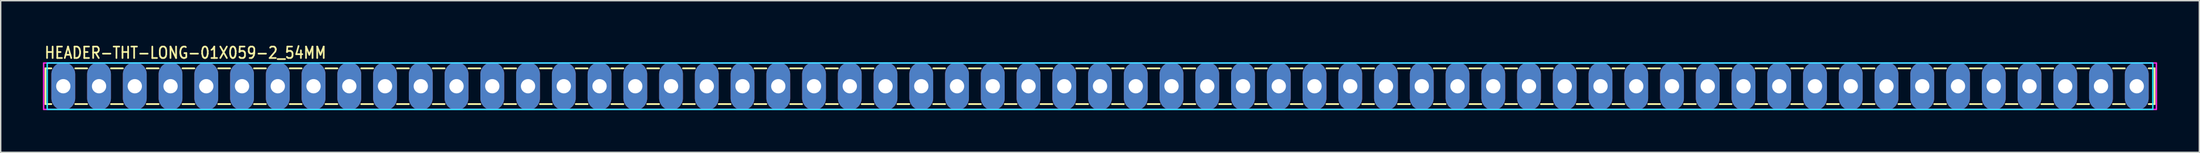
<source format=kicad_pcb>
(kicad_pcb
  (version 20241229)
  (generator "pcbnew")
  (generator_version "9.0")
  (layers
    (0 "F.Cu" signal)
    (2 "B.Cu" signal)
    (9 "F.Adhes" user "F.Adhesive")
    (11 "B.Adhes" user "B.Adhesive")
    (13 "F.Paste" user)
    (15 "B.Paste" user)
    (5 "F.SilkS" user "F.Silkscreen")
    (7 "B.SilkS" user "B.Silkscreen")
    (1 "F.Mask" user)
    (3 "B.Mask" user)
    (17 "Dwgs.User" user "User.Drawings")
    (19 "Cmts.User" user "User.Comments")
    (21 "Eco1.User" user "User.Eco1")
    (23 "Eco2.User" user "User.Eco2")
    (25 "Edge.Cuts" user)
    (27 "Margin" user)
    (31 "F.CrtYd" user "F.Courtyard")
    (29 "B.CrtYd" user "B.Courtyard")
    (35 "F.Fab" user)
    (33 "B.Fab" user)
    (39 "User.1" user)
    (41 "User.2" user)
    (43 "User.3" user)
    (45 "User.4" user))
  (footprint "HEADER-THT-LONG-01X059-2_54MM"
    (layer "F.Cu")
    (at 1.447 3.079)
    (property "Reference" "HEADER-THT-LONG-01X059-2_54MM" (at -1.4 -1.9 0) (unlocked yes) (layer "F.SilkS") (effects (font (size 0.813 0.695) (thickness 0.122)) (justify left bottom)))
    (fp_line (start -1.27 -1.27) (end -1.27 1.27) (stroke (width 0.127) (type solid)) (layer "F.SilkS"))
    (fp_line (start -1.27 1.27) (end -0.85 1.27) (stroke (width 0.127) (type solid)) (layer "F.SilkS"))
    (fp_line (start -0.85 -1.27) (end -1.27 -1.27) (stroke (width 0.127) (type solid)) (layer "F.SilkS"))
    (fp_line (start 0.85 -1.27) (end 1.69 -1.27) (stroke (width 0.127) (type solid)) (layer "F.SilkS"))
    (fp_line (start 0.85 1.27) (end 1.69 1.27) (stroke (width 0.127) (type solid)) (layer "F.SilkS"))
    (fp_line (start 3.39 -1.27) (end 4.23 -1.27) (stroke (width 0.127) (type solid)) (layer "F.SilkS"))
    (fp_line (start 3.39 1.27) (end 4.23 1.27) (stroke (width 0.127) (type solid)) (layer "F.SilkS"))
    (fp_line (start 5.93 -1.27) (end 6.77 -1.27) (stroke (width 0.127) (type solid)) (layer "F.SilkS"))
    (fp_line (start 5.93 1.27) (end 6.77 1.27) (stroke (width 0.127) (type solid)) (layer "F.SilkS"))
    (fp_line (start 8.47 -1.27) (end 9.31 -1.27) (stroke (width 0.127) (type solid)) (layer "F.SilkS"))
    (fp_line (start 8.47 1.27) (end 9.31 1.27) (stroke (width 0.127) (type solid)) (layer "F.SilkS"))
    (fp_line (start 11.01 -1.27) (end 11.85 -1.27) (stroke (width 0.127) (type solid)) (layer "F.SilkS"))
    (fp_line (start 11.01 1.27) (end 11.85 1.27) (stroke (width 0.127) (type solid)) (layer "F.SilkS"))
    (fp_line (start 13.55 -1.27) (end 14.39 -1.27) (stroke (width 0.127) (type solid)) (layer "F.SilkS"))
    (fp_line (start 13.55 1.27) (end 14.39 1.27) (stroke (width 0.127) (type solid)) (layer "F.SilkS"))
    (fp_line (start 16.09 -1.27) (end 16.93 -1.27) (stroke (width 0.127) (type solid)) (layer "F.SilkS"))
    (fp_line (start 16.09 1.27) (end 16.93 1.27) (stroke (width 0.127) (type solid)) (layer "F.SilkS"))
    (fp_line (start 18.63 -1.27) (end 19.47 -1.27) (stroke (width 0.127) (type solid)) (layer "F.SilkS"))
    (fp_line (start 18.63 1.27) (end 19.47 1.27) (stroke (width 0.127) (type solid)) (layer "F.SilkS"))
    (fp_line (start 21.17 -1.27) (end 22.01 -1.27) (stroke (width 0.127) (type solid)) (layer "F.SilkS"))
    (fp_line (start 21.17 1.27) (end 22.01 1.27) (stroke (width 0.127) (type solid)) (layer "F.SilkS"))
    (fp_line (start 23.71 -1.27) (end 24.55 -1.27) (stroke (width 0.127) (type solid)) (layer "F.SilkS"))
    (fp_line (start 23.71 1.27) (end 24.55 1.27) (stroke (width 0.127) (type solid)) (layer "F.SilkS"))
    (fp_line (start 26.25 -1.27) (end 27.09 -1.27) (stroke (width 0.127) (type solid)) (layer "F.SilkS"))
    (fp_line (start 26.25 1.27) (end 27.09 1.27) (stroke (width 0.127) (type solid)) (layer "F.SilkS"))
    (fp_line (start 28.79 -1.27) (end 29.63 -1.27) (stroke (width 0.127) (type solid)) (layer "F.SilkS"))
    (fp_line (start 28.79 1.27) (end 29.63 1.27) (stroke (width 0.127) (type solid)) (layer "F.SilkS"))
    (fp_line (start 31.33 -1.27) (end 32.17 -1.27) (stroke (width 0.127) (type solid)) (layer "F.SilkS"))
    (fp_line (start 31.33 1.27) (end 32.17 1.27) (stroke (width 0.127) (type solid)) (layer "F.SilkS"))
    (fp_line (start 33.87 -1.27) (end 34.71 -1.27) (stroke (width 0.127) (type solid)) (layer "F.SilkS"))
    (fp_line (start 33.87 1.27) (end 34.71 1.27) (stroke (width 0.127) (type solid)) (layer "F.SilkS"))
    (fp_line (start 36.41 -1.27) (end 37.25 -1.27) (stroke (width 0.127) (type solid)) (layer "F.SilkS"))
    (fp_line (start 36.41 1.27) (end 37.25 1.27) (stroke (width 0.127) (type solid)) (layer "F.SilkS"))
    (fp_line (start 38.95 -1.27) (end 39.79 -1.27) (stroke (width 0.127) (type solid)) (layer "F.SilkS"))
    (fp_line (start 38.95 1.27) (end 39.79 1.27) (stroke (width 0.127) (type solid)) (layer "F.SilkS"))
    (fp_line (start 41.49 -1.27) (end 42.33 -1.27) (stroke (width 0.127) (type solid)) (layer "F.SilkS"))
    (fp_line (start 41.49 1.27) (end 42.33 1.27) (stroke (width 0.127) (type solid)) (layer "F.SilkS"))
    (fp_line (start 44.03 -1.27) (end 44.87 -1.27) (stroke (width 0.127) (type solid)) (layer "F.SilkS"))
    (fp_line (start 44.03 1.27) (end 44.87 1.27) (stroke (width 0.127) (type solid)) (layer "F.SilkS"))
    (fp_line (start 46.57 -1.27) (end 47.41 -1.27) (stroke (width 0.127) (type solid)) (layer "F.SilkS"))
    (fp_line (start 46.57 1.27) (end 47.41 1.27) (stroke (width 0.127) (type solid)) (layer "F.SilkS"))
    (fp_line (start 49.11 -1.27) (end 49.95 -1.27) (stroke (width 0.127) (type solid)) (layer "F.SilkS"))
    (fp_line (start 49.11 1.27) (end 49.95 1.27) (stroke (width 0.127) (type solid)) (layer "F.SilkS"))
    (fp_line (start 51.65 -1.27) (end 52.49 -1.27) (stroke (width 0.127) (type solid)) (layer "F.SilkS"))
    (fp_line (start 51.65 1.27) (end 52.49 1.27) (stroke (width 0.127) (type solid)) (layer "F.SilkS"))
    (fp_line (start 54.19 -1.27) (end 55.03 -1.27) (stroke (width 0.127) (type solid)) (layer "F.SilkS"))
    (fp_line (start 54.19 1.27) (end 55.03 1.27) (stroke (width 0.127) (type solid)) (layer "F.SilkS"))
    (fp_line (start 56.73 -1.27) (end 57.57 -1.27) (stroke (width 0.127) (type solid)) (layer "F.SilkS"))
    (fp_line (start 56.73 1.27) (end 57.57 1.27) (stroke (width 0.127) (type solid)) (layer "F.SilkS"))
    (fp_line (start 59.27 -1.27) (end 60.11 -1.27) (stroke (width 0.127) (type solid)) (layer "F.SilkS"))
    (fp_line (start 59.27 1.27) (end 60.11 1.27) (stroke (width 0.127) (type solid)) (layer "F.SilkS"))
    (fp_line (start 61.81 -1.27) (end 62.65 -1.27) (stroke (width 0.127) (type solid)) (layer "F.SilkS"))
    (fp_line (start 61.81 1.27) (end 62.65 1.27) (stroke (width 0.127) (type solid)) (layer "F.SilkS"))
    (fp_line (start 64.35 -1.27) (end 65.19 -1.27) (stroke (width 0.127) (type solid)) (layer "F.SilkS"))
    (fp_line (start 64.35 1.27) (end 65.19 1.27) (stroke (width 0.127) (type solid)) (layer "F.SilkS"))
    (fp_line (start 66.89 -1.27) (end 67.73 -1.27) (stroke (width 0.127) (type solid)) (layer "F.SilkS"))
    (fp_line (start 66.89 1.27) (end 67.73 1.27) (stroke (width 0.127) (type solid)) (layer "F.SilkS"))
    (fp_line (start 69.43 -1.27) (end 70.27 -1.27) (stroke (width 0.127) (type solid)) (layer "F.SilkS"))
    (fp_line (start 69.43 1.27) (end 70.27 1.27) (stroke (width 0.127) (type solid)) (layer "F.SilkS"))
    (fp_line (start 71.97 -1.27) (end 72.81 -1.27) (stroke (width 0.127) (type solid)) (layer "F.SilkS"))
    (fp_line (start 71.97 1.27) (end 72.81 1.27) (stroke (width 0.127) (type solid)) (layer "F.SilkS"))
    (fp_line (start 74.51 -1.27) (end 75.35 -1.27) (stroke (width 0.127) (type solid)) (layer "F.SilkS"))
    (fp_line (start 74.51 1.27) (end 75.35 1.27) (stroke (width 0.127) (type solid)) (layer "F.SilkS"))
    (fp_line (start 77.05 -1.27) (end 77.89 -1.27) (stroke (width 0.127) (type solid)) (layer "F.SilkS"))
    (fp_line (start 77.05 1.27) (end 77.89 1.27) (stroke (width 0.127) (type solid)) (layer "F.SilkS"))
    (fp_line (start 79.59 -1.27) (end 80.43 -1.27) (stroke (width 0.127) (type solid)) (layer "F.SilkS"))
    (fp_line (start 79.59 1.27) (end 80.43 1.27) (stroke (width 0.127) (type solid)) (layer "F.SilkS"))
    (fp_line (start 82.13 -1.27) (end 82.97 -1.27) (stroke (width 0.127) (type solid)) (layer "F.SilkS"))
    (fp_line (start 82.13 1.27) (end 82.97 1.27) (stroke (width 0.127) (type solid)) (layer "F.SilkS"))
    (fp_line (start 84.67 -1.27) (end 85.51 -1.27) (stroke (width 0.127) (type solid)) (layer "F.SilkS"))
    (fp_line (start 84.67 1.27) (end 85.51 1.27) (stroke (width 0.127) (type solid)) (layer "F.SilkS"))
    (fp_line (start 87.21 -1.27) (end 88.05 -1.27) (stroke (width 0.127) (type solid)) (layer "F.SilkS"))
    (fp_line (start 87.21 1.27) (end 88.05 1.27) (stroke (width 0.127) (type solid)) (layer "F.SilkS"))
    (fp_line (start 89.75 -1.27) (end 90.59 -1.27) (stroke (width 0.127) (type solid)) (layer "F.SilkS"))
    (fp_line (start 89.75 1.27) (end 90.59 1.27) (stroke (width 0.127) (type solid)) (layer "F.SilkS"))
    (fp_line (start 92.29 -1.27) (end 93.13 -1.27) (stroke (width 0.127) (type solid)) (layer "F.SilkS"))
    (fp_line (start 92.29 1.27) (end 93.13 1.27) (stroke (width 0.127) (type solid)) (layer "F.SilkS"))
    (fp_line (start 94.83 -1.27) (end 95.67 -1.27) (stroke (width 0.127) (type solid)) (layer "F.SilkS"))
    (fp_line (start 94.83 1.27) (end 95.67 1.27) (stroke (width 0.127) (type solid)) (layer "F.SilkS"))
    (fp_line (start 97.37 -1.27) (end 98.21 -1.27) (stroke (width 0.127) (type solid)) (layer "F.SilkS"))
    (fp_line (start 97.37 1.27) (end 98.21 1.27) (stroke (width 0.127) (type solid)) (layer "F.SilkS"))
    (fp_line (start 99.91 -1.27) (end 100.75 -1.27) (stroke (width 0.127) (type solid)) (layer "F.SilkS"))
    (fp_line (start 99.91 1.27) (end 100.75 1.27) (stroke (width 0.127) (type solid)) (layer "F.SilkS"))
    (fp_line (start 102.45 -1.27) (end 103.29 -1.27) (stroke (width 0.127) (type solid)) (layer "F.SilkS"))
    (fp_line (start 102.45 1.27) (end 103.29 1.27) (stroke (width 0.127) (type solid)) (layer "F.SilkS"))
    (fp_line (start 104.99 -1.27) (end 105.83 -1.27) (stroke (width 0.127) (type solid)) (layer "F.SilkS"))
    (fp_line (start 104.99 1.27) (end 105.83 1.27) (stroke (width 0.127) (type solid)) (layer "F.SilkS"))
    (fp_line (start 107.53 -1.27) (end 108.37 -1.27) (stroke (width 0.127) (type solid)) (layer "F.SilkS"))
    (fp_line (start 107.53 1.27) (end 108.37 1.27) (stroke (width 0.127) (type solid)) (layer "F.SilkS"))
    (fp_line (start 110.07 -1.27) (end 110.91 -1.27) (stroke (width 0.127) (type solid)) (layer "F.SilkS"))
    (fp_line (start 110.07 1.27) (end 110.91 1.27) (stroke (width 0.127) (type solid)) (layer "F.SilkS"))
    (fp_line (start 112.61 -1.27) (end 113.45 -1.27) (stroke (width 0.127) (type solid)) (layer "F.SilkS"))
    (fp_line (start 112.61 1.27) (end 113.45 1.27) (stroke (width 0.127) (type solid)) (layer "F.SilkS"))
    (fp_line (start 115.15 -1.27) (end 115.99 -1.27) (stroke (width 0.127) (type solid)) (layer "F.SilkS"))
    (fp_line (start 115.15 1.27) (end 115.99 1.27) (stroke (width 0.127) (type solid)) (layer "F.SilkS"))
    (fp_line (start 117.69 -1.27) (end 118.53 -1.27) (stroke (width 0.127) (type solid)) (layer "F.SilkS"))
    (fp_line (start 117.69 1.27) (end 118.53 1.27) (stroke (width 0.127) (type solid)) (layer "F.SilkS"))
    (fp_line (start 120.23 -1.27) (end 121.07 -1.27) (stroke (width 0.127) (type solid)) (layer "F.SilkS"))
    (fp_line (start 120.23 1.27) (end 121.07 1.27) (stroke (width 0.127) (type solid)) (layer "F.SilkS"))
    (fp_line (start 122.77 -1.27) (end 123.61 -1.27) (stroke (width 0.127) (type solid)) (layer "F.SilkS"))
    (fp_line (start 122.77 1.27) (end 123.61 1.27) (stroke (width 0.127) (type solid)) (layer "F.SilkS"))
    (fp_line (start 125.31 -1.27) (end 126.15 -1.27) (stroke (width 0.127) (type solid)) (layer "F.SilkS"))
    (fp_line (start 125.31 1.27) (end 126.15 1.27) (stroke (width 0.127) (type solid)) (layer "F.SilkS"))
    (fp_line (start 127.85 -1.27) (end 128.69 -1.27) (stroke (width 0.127) (type solid)) (layer "F.SilkS"))
    (fp_line (start 127.85 1.27) (end 128.69 1.27) (stroke (width 0.127) (type solid)) (layer "F.SilkS"))
    (fp_line (start 130.39 -1.27) (end 131.23 -1.27) (stroke (width 0.127) (type solid)) (layer "F.SilkS"))
    (fp_line (start 130.39 1.27) (end 131.23 1.27) (stroke (width 0.127) (type solid)) (layer "F.SilkS"))
    (fp_line (start 132.93 -1.27) (end 133.77 -1.27) (stroke (width 0.127) (type solid)) (layer "F.SilkS"))
    (fp_line (start 132.93 1.27) (end 133.77 1.27) (stroke (width 0.127) (type solid)) (layer "F.SilkS"))
    (fp_line (start 135.47 -1.27) (end 136.31 -1.27) (stroke (width 0.127) (type solid)) (layer "F.SilkS"))
    (fp_line (start 135.47 1.27) (end 136.31 1.27) (stroke (width 0.127) (type solid)) (layer "F.SilkS"))
    (fp_line (start 138.01 -1.27) (end 138.85 -1.27) (stroke (width 0.127) (type solid)) (layer "F.SilkS"))
    (fp_line (start 138.01 1.27) (end 138.85 1.27) (stroke (width 0.127) (type solid)) (layer "F.SilkS"))
    (fp_line (start 140.55 -1.27) (end 141.39 -1.27) (stroke (width 0.127) (type solid)) (layer "F.SilkS"))
    (fp_line (start 140.55 1.27) (end 141.39 1.27) (stroke (width 0.127) (type solid)) (layer "F.SilkS"))
    (fp_line (start 143.09 -1.27) (end 143.93 -1.27) (stroke (width 0.127) (type solid)) (layer "F.SilkS"))
    (fp_line (start 143.09 1.27) (end 143.93 1.27) (stroke (width 0.127) (type solid)) (layer "F.SilkS"))
    (fp_line (start 145.63 -1.27) (end 146.47 -1.27) (stroke (width 0.127) (type solid)) (layer "F.SilkS"))
    (fp_line (start 145.63 1.27) (end 146.47 1.27) (stroke (width 0.127) (type solid)) (layer "F.SilkS"))
    (fp_line (start 148.17 -1.27) (end 148.59 -1.27) (stroke (width 0.127) (type solid)) (layer "F.SilkS"))
    (fp_line (start 148.59 -1.27) (end 148.59 1.27) (stroke (width 0.127) (type solid)) (layer "F.SilkS"))
    (fp_line (start 148.59 1.27) (end 148.17 1.27) (stroke (width 0.127) (type solid)) (layer "F.SilkS"))
    (fp_poly (pts (xy -1.143 -1.651) (xy 148.463 -1.651) (xy 148.463 1.651) (xy -1.143 1.651)) (stroke (width 0.1) (type solid)) (fill no) (layer "B.CrtYd"))
    (fp_poly (pts (xy -1.397 -1.651) (xy 148.717 -1.651) (xy 148.717 1.651) (xy -1.397 1.651)) (stroke (width 0.1) (type solid)) (fill no) (layer "F.CrtYd"))
    (pad "P$1" thru_hole oval (at 0 0 90) (size 3.387 1.693) (drill 1.016) (layers "*.Cu" "*.Mask"))
    (pad "P$2" thru_hole oval (at 2.54 0 90) (size 3.387 1.693) (drill 1.016) (layers "*.Cu" "*.Mask"))
    (pad "P$3" thru_hole oval (at 5.08 0 90) (size 3.387 1.693) (drill 1.016) (layers "*.Cu" "*.Mask"))
    (pad "P$4" thru_hole oval (at 7.62 0 90) (size 3.387 1.693) (drill 1.016) (layers "*.Cu" "*.Mask"))
    (pad "P$5" thru_hole oval (at 10.16 0 90) (size 3.387 1.693) (drill 1.016) (layers "*.Cu" "*.Mask"))
    (pad "P$6" thru_hole oval (at 12.7 0 90) (size 3.387 1.693) (drill 1.016) (layers "*.Cu" "*.Mask"))
    (pad "P$7" thru_hole oval (at 15.24 0 90) (size 3.387 1.693) (drill 1.016) (layers "*.Cu" "*.Mask"))
    (pad "P$8" thru_hole oval (at 17.78 0 90) (size 3.387 1.693) (drill 1.016) (layers "*.Cu" "*.Mask"))
    (pad "P$9" thru_hole oval (at 20.32 0 90) (size 3.387 1.693) (drill 1.016) (layers "*.Cu" "*.Mask"))
    (pad "P$10" thru_hole oval (at 22.86 0 90) (size 3.387 1.693) (drill 1.016) (layers "*.Cu" "*.Mask"))
    (pad "P$11" thru_hole oval (at 25.4 0 90) (size 3.387 1.693) (drill 1.016) (layers "*.Cu" "*.Mask"))
    (pad "P$12" thru_hole oval (at 27.94 0 90) (size 3.387 1.693) (drill 1.016) (layers "*.Cu" "*.Mask"))
    (pad "P$13" thru_hole oval (at 30.48 0 90) (size 3.387 1.693) (drill 1.016) (layers "*.Cu" "*.Mask"))
    (pad "P$14" thru_hole oval (at 33.02 0 90) (size 3.387 1.693) (drill 1.016) (layers "*.Cu" "*.Mask"))
    (pad "P$15" thru_hole oval (at 35.56 0 90) (size 3.387 1.693) (drill 1.016) (layers "*.Cu" "*.Mask"))
    (pad "P$16" thru_hole oval (at 38.1 0 90) (size 3.387 1.693) (drill 1.016) (layers "*.Cu" "*.Mask"))
    (pad "P$17" thru_hole oval (at 40.64 0 90) (size 3.387 1.693) (drill 1.016) (layers "*.Cu" "*.Mask"))
    (pad "P$18" thru_hole oval (at 43.18 0 90) (size 3.387 1.693) (drill 1.016) (layers "*.Cu" "*.Mask"))
    (pad "P$19" thru_hole oval (at 45.72 0 90) (size 3.387 1.693) (drill 1.016) (layers "*.Cu" "*.Mask"))
    (pad "P$20" thru_hole oval (at 48.26 0 90) (size 3.387 1.693) (drill 1.016) (layers "*.Cu" "*.Mask"))
    (pad "P$21" thru_hole oval (at 50.8 0 90) (size 3.387 1.693) (drill 1.016) (layers "*.Cu" "*.Mask"))
    (pad "P$22" thru_hole oval (at 53.34 0 90) (size 3.387 1.693) (drill 1.016) (layers "*.Cu" "*.Mask"))
    (pad "P$23" thru_hole oval (at 55.88 0 90) (size 3.387 1.693) (drill 1.016) (layers "*.Cu" "*.Mask"))
    (pad "P$24" thru_hole oval (at 58.42 0 90) (size 3.387 1.693) (drill 1.016) (layers "*.Cu" "*.Mask"))
    (pad "P$25" thru_hole oval (at 60.96 0 90) (size 3.387 1.693) (drill 1.016) (layers "*.Cu" "*.Mask"))
    (pad "P$26" thru_hole oval (at 63.5 0 90) (size 3.387 1.693) (drill 1.016) (layers "*.Cu" "*.Mask"))
    (pad "P$27" thru_hole oval (at 66.04 0 90) (size 3.387 1.693) (drill 1.016) (layers "*.Cu" "*.Mask"))
    (pad "P$28" thru_hole oval (at 68.58 0 90) (size 3.387 1.693) (drill 1.016) (layers "*.Cu" "*.Mask"))
    (pad "P$29" thru_hole oval (at 71.12 0 90) (size 3.387 1.693) (drill 1.016) (layers "*.Cu" "*.Mask"))
    (pad "P$30" thru_hole oval (at 73.66 0 90) (size 3.387 1.693) (drill 1.016) (layers "*.Cu" "*.Mask"))
    (pad "P$31" thru_hole oval (at 76.2 0 90) (size 3.387 1.693) (drill 1.016) (layers "*.Cu" "*.Mask"))
    (pad "P$32" thru_hole oval (at 78.74 0 90) (size 3.387 1.693) (drill 1.016) (layers "*.Cu" "*.Mask"))
    (pad "P$33" thru_hole oval (at 81.28 0 90) (size 3.387 1.693) (drill 1.016) (layers "*.Cu" "*.Mask"))
    (pad "P$34" thru_hole oval (at 83.82 0 90) (size 3.387 1.693) (drill 1.016) (layers "*.Cu" "*.Mask"))
    (pad "P$35" thru_hole oval (at 86.36 0 90) (size 3.387 1.693) (drill 1.016) (layers "*.Cu" "*.Mask"))
    (pad "P$36" thru_hole oval (at 88.9 0 90) (size 3.387 1.693) (drill 1.016) (layers "*.Cu" "*.Mask"))
    (pad "P$37" thru_hole oval (at 91.44 0 90) (size 3.387 1.693) (drill 1.016) (layers "*.Cu" "*.Mask"))
    (pad "P$38" thru_hole oval (at 93.98 0 90) (size 3.387 1.693) (drill 1.016) (layers "*.Cu" "*.Mask"))
    (pad "P$39" thru_hole oval (at 96.52 0 90) (size 3.387 1.693) (drill 1.016) (layers "*.Cu" "*.Mask"))
    (pad "P$40" thru_hole oval (at 99.06 0 90) (size 3.387 1.693) (drill 1.016) (layers "*.Cu" "*.Mask"))
    (pad "P$41" thru_hole oval (at 101.6 0 90) (size 3.387 1.693) (drill 1.016) (layers "*.Cu" "*.Mask"))
    (pad "P$42" thru_hole oval (at 104.14 0 90) (size 3.387 1.693) (drill 1.016) (layers "*.Cu" "*.Mask"))
    (pad "P$43" thru_hole oval (at 106.68 0 90) (size 3.387 1.693) (drill 1.016) (layers "*.Cu" "*.Mask"))
    (pad "P$44" thru_hole oval (at 109.22 0 90) (size 3.387 1.693) (drill 1.016) (layers "*.Cu" "*.Mask"))
    (pad "P$45" thru_hole oval (at 111.76 0 90) (size 3.387 1.693) (drill 1.016) (layers "*.Cu" "*.Mask"))
    (pad "P$46" thru_hole oval (at 114.3 0 90) (size 3.387 1.693) (drill 1.016) (layers "*.Cu" "*.Mask"))
    (pad "P$47" thru_hole oval (at 116.84 0 90) (size 3.387 1.693) (drill 1.016) (layers "*.Cu" "*.Mask"))
    (pad "P$48" thru_hole oval (at 119.38 0 90) (size 3.387 1.693) (drill 1.016) (layers "*.Cu" "*.Mask"))
    (pad "P$49" thru_hole oval (at 121.92 0 90) (size 3.387 1.693) (drill 1.016) (layers "*.Cu" "*.Mask"))
    (pad "P$50" thru_hole oval (at 124.46 0 90) (size 3.387 1.693) (drill 1.016) (layers "*.Cu" "*.Mask"))
    (pad "P$51" thru_hole oval (at 127 0 90) (size 3.387 1.693) (drill 1.016) (layers "*.Cu" "*.Mask"))
    (pad "P$52" thru_hole oval (at 129.54 0 90) (size 3.387 1.693) (drill 1.016) (layers "*.Cu" "*.Mask"))
    (pad "P$53" thru_hole oval (at 132.08 0 90) (size 3.387 1.693) (drill 1.016) (layers "*.Cu" "*.Mask"))
    (pad "P$54" thru_hole oval (at 134.62 0 90) (size 3.387 1.693) (drill 1.016) (layers "*.Cu" "*.Mask"))
    (pad "P$55" thru_hole oval (at 137.16 0 90) (size 3.387 1.693) (drill 1.016) (layers "*.Cu" "*.Mask"))
    (pad "P$56" thru_hole oval (at 139.7 0 90) (size 3.387 1.693) (drill 1.016) (layers "*.Cu" "*.Mask"))
    (pad "P$57" thru_hole oval (at 142.24 0 90) (size 3.387 1.693) (drill 1.016) (layers "*.Cu" "*.Mask"))
    (pad "P$58" thru_hole oval (at 144.78 0 90) (size 3.387 1.693) (drill 1.016) (layers "*.Cu" "*.Mask"))
    (pad "P$59" thru_hole oval (at 147.32 0 90) (size 3.387 1.693) (drill 1.016) (layers "*.Cu" "*.Mask")))
  (gr_rect
    (start -3 -3)
    (end 153.214 7.78)
    (stroke (width 0.1) (type default))
    (fill no)
    (layer "Edge.Cuts")))
</source>
